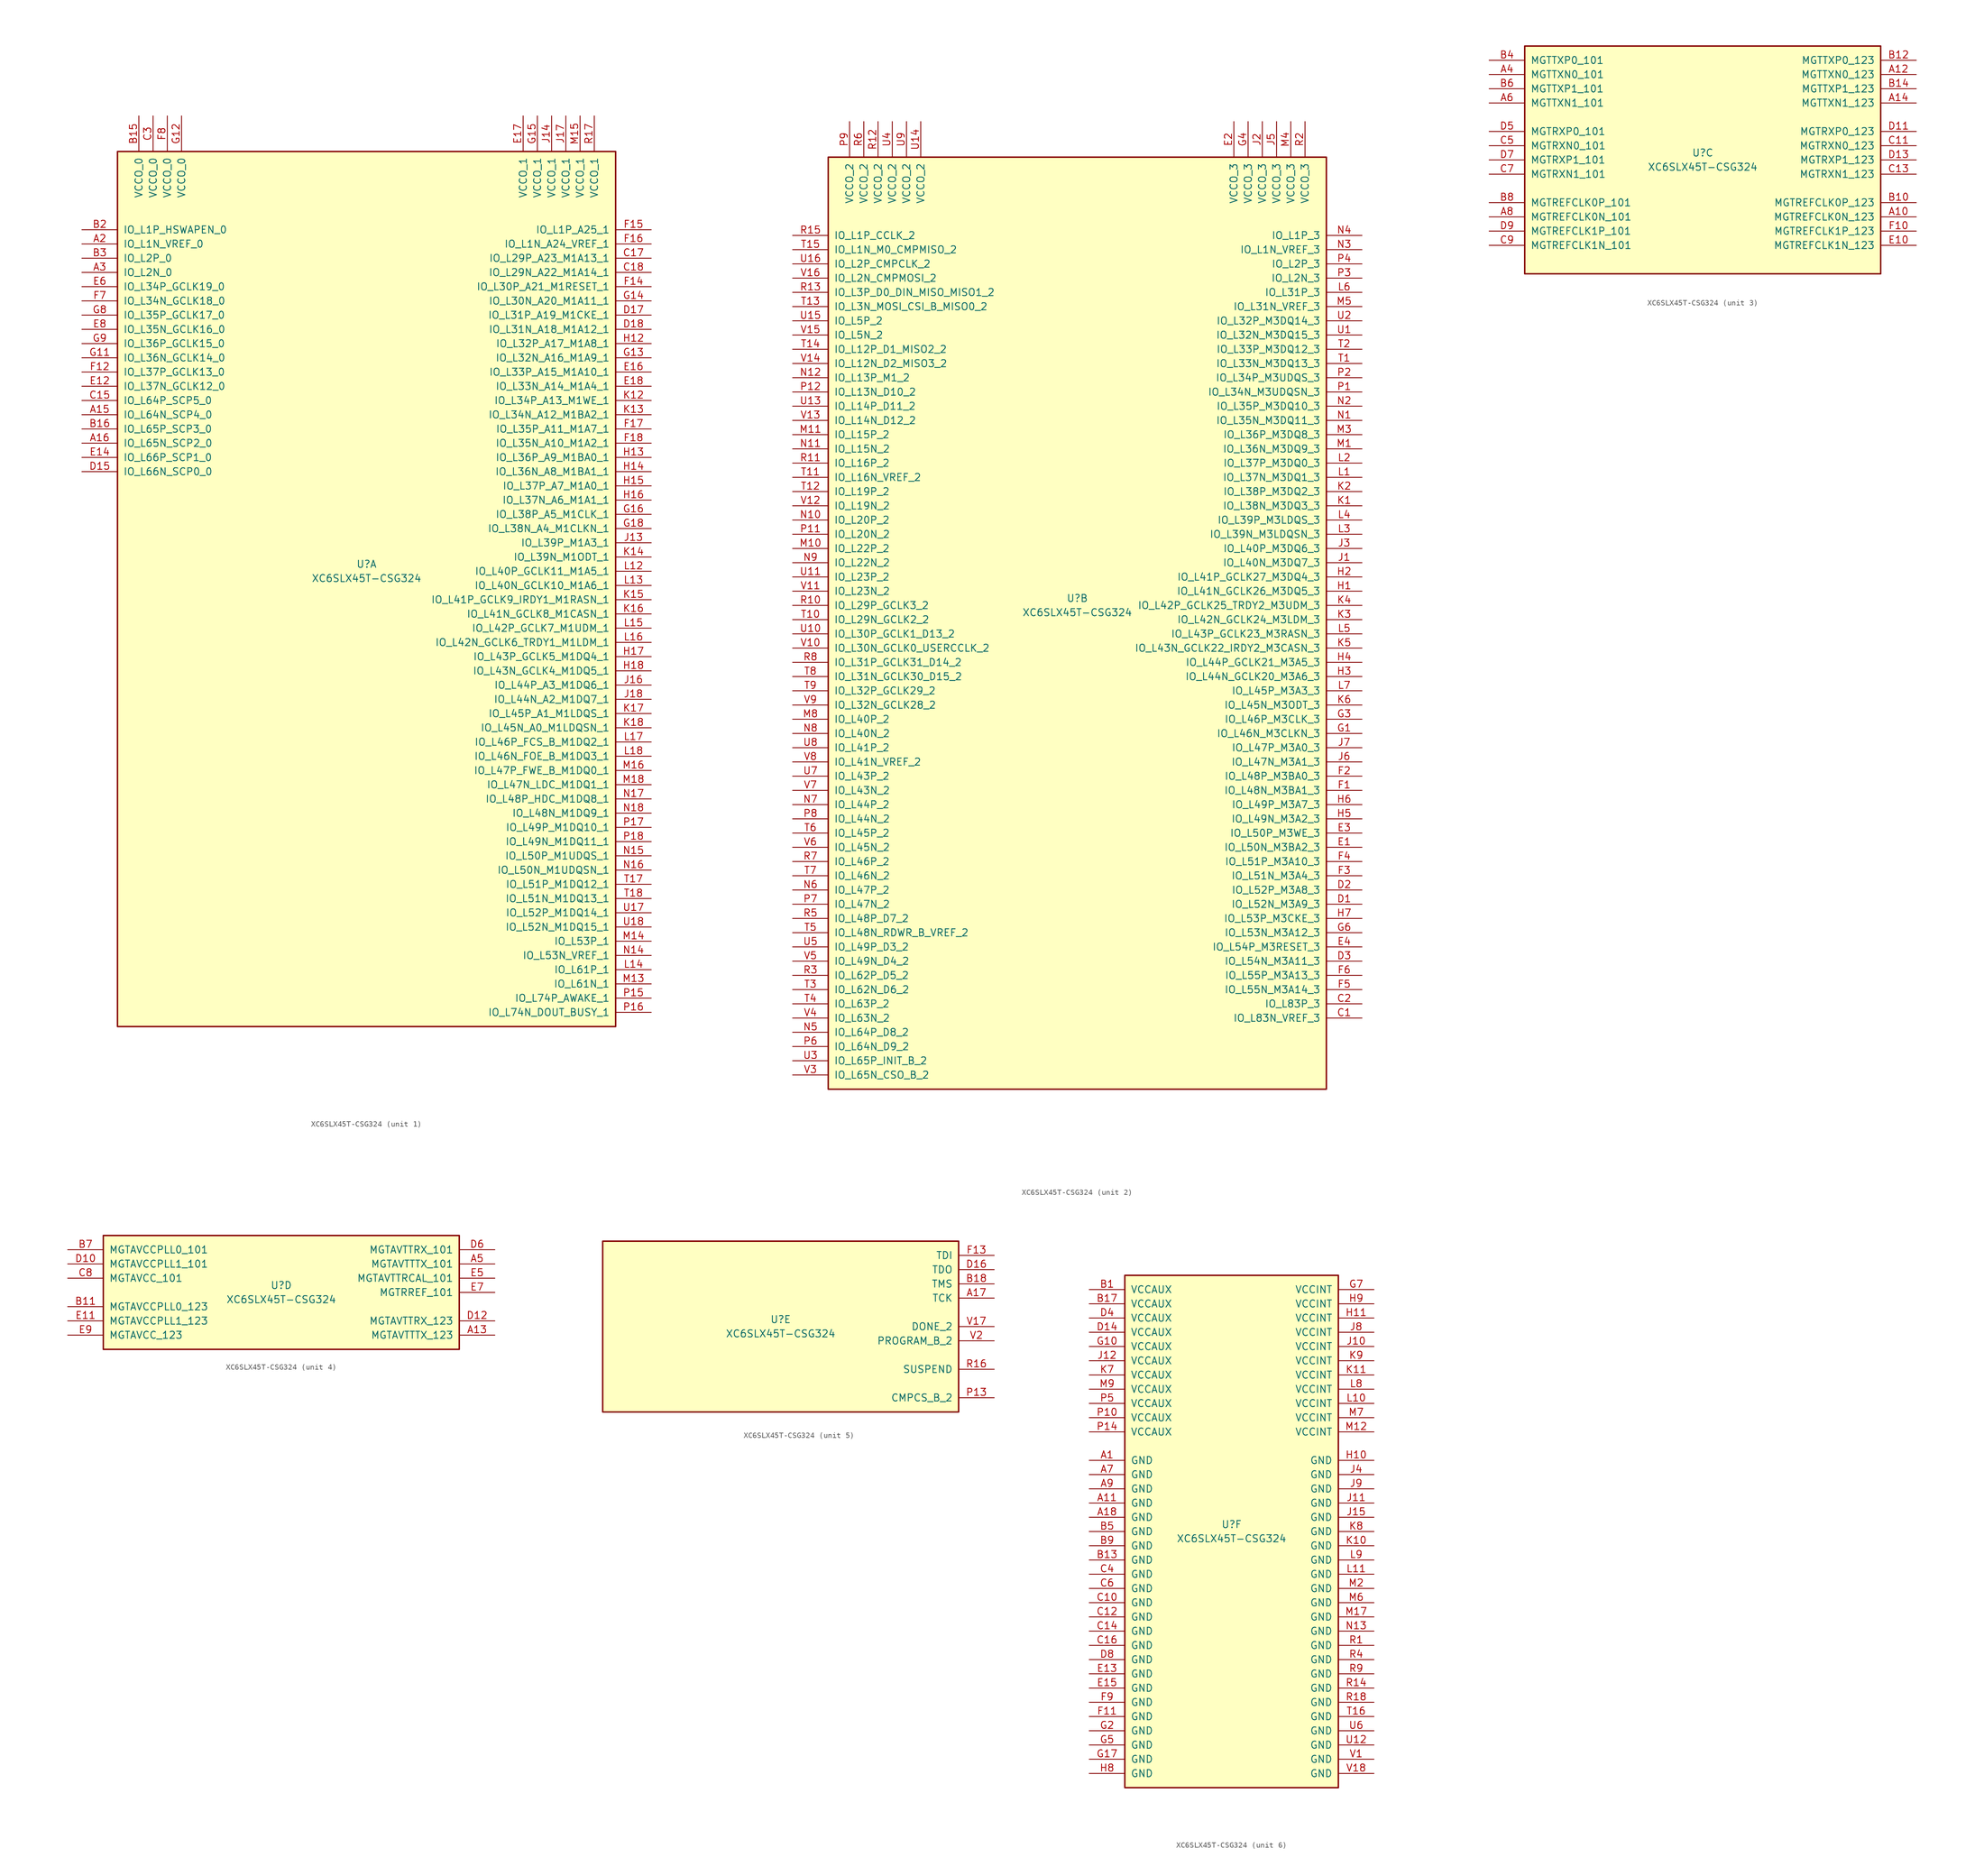
<source format=kicad_sym>
(kicad_symbol_lib
  (version 20201005)
  (generator kicad_symbol_editor)
  (symbol "FPGA_Xilinx_Spartan6:XC6SLX45T-CSG324"
    (pin_names
      (offset 1.016))
    (property "Reference" "U"
      (at 0 1.27 0)
      (effects (font (size 1.27 1.27))))
    (property "Value" "XC6SLX45T-CSG324"
      (at 0 -1.27 0)
      (effects (font (size 1.27 1.27))))
    (property "Datasheet" ""
      (at 0 0 0)
      (effects (font (size 1.27 1.27))))
    (property "ki_locked" ""
      (at 0 0 0)
      (effects (font (size 1.27 1.27))))
    (symbol "XC6SLX45T-CSG324_1_1"
      (rectangle (start -44.45 74.93) (end 44.45 -81.28) (stroke (width 0.254)) (fill (type background)))
      (pin power_in line (at -40.64 81.28 270) (length 6.35) (name "VCCO_0" (effects (font (size 1.27 1.27)))) (number "B15" (effects (font (size 1.27 1.27)))))
      (pin power_in line (at -38.1 81.28 270) (length 6.35) (name "VCCO_0" (effects (font (size 1.27 1.27)))) (number "C3" (effects (font (size 1.27 1.27)))))
      (pin power_in line (at -35.56 81.28 270) (length 6.35) (name "VCCO_0" (effects (font (size 1.27 1.27)))) (number "F8" (effects (font (size 1.27 1.27)))))
      (pin power_in line (at -33.02 81.28 270) (length 6.35) (name "VCCO_0" (effects (font (size 1.27 1.27)))) (number "G12" (effects (font (size 1.27 1.27)))))
      (pin bidirectional line (at -50.8 60.96 0) (length 6.35) (name "IO_L1P_HSWAPEN_0" (effects (font (size 1.27 1.27)))) (number "B2" (effects (font (size 1.27 1.27)))))
      (pin bidirectional line (at -50.8 58.42 0) (length 6.35) (name "IO_L1N_VREF_0" (effects (font (size 1.27 1.27)))) (number "A2" (effects (font (size 1.27 1.27)))))
      (pin bidirectional line (at -50.8 55.88 0) (length 6.35) (name "IO_L2P_0" (effects (font (size 1.27 1.27)))) (number "B3" (effects (font (size 1.27 1.27)))))
      (pin bidirectional line (at -50.8 53.34 0) (length 6.35) (name "IO_L2N_0" (effects (font (size 1.27 1.27)))) (number "A3" (effects (font (size 1.27 1.27)))))
      (pin bidirectional line (at -50.8 50.8 0) (length 6.35) (name "IO_L34P_GCLK19_0" (effects (font (size 1.27 1.27)))) (number "E6" (effects (font (size 1.27 1.27)))))
      (pin bidirectional line (at -50.8 48.26 0) (length 6.35) (name "IO_L34N_GCLK18_0" (effects (font (size 1.27 1.27)))) (number "F7" (effects (font (size 1.27 1.27)))))
      (pin bidirectional line (at -50.8 45.72 0) (length 6.35) (name "IO_L35P_GCLK17_0" (effects (font (size 1.27 1.27)))) (number "G8" (effects (font (size 1.27 1.27)))))
      (pin bidirectional line (at -50.8 43.18 0) (length 6.35) (name "IO_L35N_GCLK16_0" (effects (font (size 1.27 1.27)))) (number "E8" (effects (font (size 1.27 1.27)))))
      (pin bidirectional line (at -50.8 40.64 0) (length 6.35) (name "IO_L36P_GCLK15_0" (effects (font (size 1.27 1.27)))) (number "G9" (effects (font (size 1.27 1.27)))))
      (pin bidirectional line (at -50.8 38.1 0) (length 6.35) (name "IO_L36N_GCLK14_0" (effects (font (size 1.27 1.27)))) (number "G11" (effects (font (size 1.27 1.27)))))
      (pin bidirectional line (at -50.8 35.56 0) (length 6.35) (name "IO_L37P_GCLK13_0" (effects (font (size 1.27 1.27)))) (number "F12" (effects (font (size 1.27 1.27)))))
      (pin bidirectional line (at -50.8 33.02 0) (length 6.35) (name "IO_L37N_GCLK12_0" (effects (font (size 1.27 1.27)))) (number "E12" (effects (font (size 1.27 1.27)))))
      (pin bidirectional line (at -50.8 30.48 0) (length 6.35) (name "IO_L64P_SCP5_0" (effects (font (size 1.27 1.27)))) (number "C15" (effects (font (size 1.27 1.27)))))
      (pin bidirectional line (at -50.8 27.94 0) (length 6.35) (name "IO_L64N_SCP4_0" (effects (font (size 1.27 1.27)))) (number "A15" (effects (font (size 1.27 1.27)))))
      (pin bidirectional line (at -50.8 25.4 0) (length 6.35) (name "IO_L65P_SCP3_0" (effects (font (size 1.27 1.27)))) (number "B16" (effects (font (size 1.27 1.27)))))
      (pin bidirectional line (at -50.8 22.86 0) (length 6.35) (name "IO_L65N_SCP2_0" (effects (font (size 1.27 1.27)))) (number "A16" (effects (font (size 1.27 1.27)))))
      (pin bidirectional line (at -50.8 20.32 0) (length 6.35) (name "IO_L66P_SCP1_0" (effects (font (size 1.27 1.27)))) (number "E14" (effects (font (size 1.27 1.27)))))
      (pin bidirectional line (at -50.8 17.78 0) (length 6.35) (name "IO_L66N_SCP0_0" (effects (font (size 1.27 1.27)))) (number "D15" (effects (font (size 1.27 1.27)))))
      (pin power_in line (at 27.94 81.28 270) (length 6.35) (name "VCCO_1" (effects (font (size 1.27 1.27)))) (number "E17" (effects (font (size 1.27 1.27)))))
      (pin power_in line (at 30.48 81.28 270) (length 6.35) (name "VCCO_1" (effects (font (size 1.27 1.27)))) (number "G15" (effects (font (size 1.27 1.27)))))
      (pin power_in line (at 33.02 81.28 270) (length 6.35) (name "VCCO_1" (effects (font (size 1.27 1.27)))) (number "J14" (effects (font (size 1.27 1.27)))))
      (pin power_in line (at 35.56 81.28 270) (length 6.35) (name "VCCO_1" (effects (font (size 1.27 1.27)))) (number "J17" (effects (font (size 1.27 1.27)))))
      (pin power_in line (at 38.1 81.28 270) (length 6.35) (name "VCCO_1" (effects (font (size 1.27 1.27)))) (number "M15" (effects (font (size 1.27 1.27)))))
      (pin power_in line (at 40.64 81.28 270) (length 6.35) (name "VCCO_1" (effects (font (size 1.27 1.27)))) (number "R17" (effects (font (size 1.27 1.27)))))
      (pin bidirectional line (at 50.8 60.96 180) (length 6.35) (name "IO_L1P_A25_1" (effects (font (size 1.27 1.27)))) (number "F15" (effects (font (size 1.27 1.27)))))
      (pin bidirectional line (at 50.8 58.42 180) (length 6.35) (name "IO_L1N_A24_VREF_1" (effects (font (size 1.27 1.27)))) (number "F16" (effects (font (size 1.27 1.27)))))
      (pin bidirectional line (at 50.8 55.88 180) (length 6.35) (name "IO_L29P_A23_M1A13_1" (effects (font (size 1.27 1.27)))) (number "C17" (effects (font (size 1.27 1.27)))))
      (pin bidirectional line (at 50.8 53.34 180) (length 6.35) (name "IO_L29N_A22_M1A14_1" (effects (font (size 1.27 1.27)))) (number "C18" (effects (font (size 1.27 1.27)))))
      (pin bidirectional line (at 50.8 50.8 180) (length 6.35) (name "IO_L30P_A21_M1RESET_1" (effects (font (size 1.27 1.27)))) (number "F14" (effects (font (size 1.27 1.27)))))
      (pin bidirectional line (at 50.8 48.26 180) (length 6.35) (name "IO_L30N_A20_M1A11_1" (effects (font (size 1.27 1.27)))) (number "G14" (effects (font (size 1.27 1.27)))))
      (pin bidirectional line (at 50.8 45.72 180) (length 6.35) (name "IO_L31P_A19_M1CKE_1" (effects (font (size 1.27 1.27)))) (number "D17" (effects (font (size 1.27 1.27)))))
      (pin bidirectional line (at 50.8 43.18 180) (length 6.35) (name "IO_L31N_A18_M1A12_1" (effects (font (size 1.27 1.27)))) (number "D18" (effects (font (size 1.27 1.27)))))
      (pin bidirectional line (at 50.8 40.64 180) (length 6.35) (name "IO_L32P_A17_M1A8_1" (effects (font (size 1.27 1.27)))) (number "H12" (effects (font (size 1.27 1.27)))))
      (pin bidirectional line (at 50.8 38.1 180) (length 6.35) (name "IO_L32N_A16_M1A9_1" (effects (font (size 1.27 1.27)))) (number "G13" (effects (font (size 1.27 1.27)))))
      (pin bidirectional line (at 50.8 35.56 180) (length 6.35) (name "IO_L33P_A15_M1A10_1" (effects (font (size 1.27 1.27)))) (number "E16" (effects (font (size 1.27 1.27)))))
      (pin bidirectional line (at 50.8 33.02 180) (length 6.35) (name "IO_L33N_A14_M1A4_1" (effects (font (size 1.27 1.27)))) (number "E18" (effects (font (size 1.27 1.27)))))
      (pin bidirectional line (at 50.8 30.48 180) (length 6.35) (name "IO_L34P_A13_M1WE_1" (effects (font (size 1.27 1.27)))) (number "K12" (effects (font (size 1.27 1.27)))))
      (pin bidirectional line (at 50.8 27.94 180) (length 6.35) (name "IO_L34N_A12_M1BA2_1" (effects (font (size 1.27 1.27)))) (number "K13" (effects (font (size 1.27 1.27)))))
      (pin bidirectional line (at 50.8 25.4 180) (length 6.35) (name "IO_L35P_A11_M1A7_1" (effects (font (size 1.27 1.27)))) (number "F17" (effects (font (size 1.27 1.27)))))
      (pin bidirectional line (at 50.8 22.86 180) (length 6.35) (name "IO_L35N_A10_M1A2_1" (effects (font (size 1.27 1.27)))) (number "F18" (effects (font (size 1.27 1.27)))))
      (pin bidirectional line (at 50.8 20.32 180) (length 6.35) (name "IO_L36P_A9_M1BA0_1" (effects (font (size 1.27 1.27)))) (number "H13" (effects (font (size 1.27 1.27)))))
      (pin bidirectional line (at 50.8 17.78 180) (length 6.35) (name "IO_L36N_A8_M1BA1_1" (effects (font (size 1.27 1.27)))) (number "H14" (effects (font (size 1.27 1.27)))))
      (pin bidirectional line (at 50.8 15.24 180) (length 6.35) (name "IO_L37P_A7_M1A0_1" (effects (font (size 1.27 1.27)))) (number "H15" (effects (font (size 1.27 1.27)))))
      (pin bidirectional line (at 50.8 12.7 180) (length 6.35) (name "IO_L37N_A6_M1A1_1" (effects (font (size 1.27 1.27)))) (number "H16" (effects (font (size 1.27 1.27)))))
      (pin bidirectional line (at 50.8 10.16 180) (length 6.35) (name "IO_L38P_A5_M1CLK_1" (effects (font (size 1.27 1.27)))) (number "G16" (effects (font (size 1.27 1.27)))))
      (pin bidirectional line (at 50.8 7.62 180) (length 6.35) (name "IO_L38N_A4_M1CLKN_1" (effects (font (size 1.27 1.27)))) (number "G18" (effects (font (size 1.27 1.27)))))
      (pin bidirectional line (at 50.8 5.08 180) (length 6.35) (name "IO_L39P_M1A3_1" (effects (font (size 1.27 1.27)))) (number "J13" (effects (font (size 1.27 1.27)))))
      (pin bidirectional line (at 50.8 2.54 180) (length 6.35) (name "IO_L39N_M1ODT_1" (effects (font (size 1.27 1.27)))) (number "K14" (effects (font (size 1.27 1.27)))))
      (pin bidirectional line (at 50.8 0 180) (length 6.35) (name "IO_L40P_GCLK11_M1A5_1" (effects (font (size 1.27 1.27)))) (number "L12" (effects (font (size 1.27 1.27)))))
      (pin bidirectional line (at 50.8 -2.54 180) (length 6.35) (name "IO_L40N_GCLK10_M1A6_1" (effects (font (size 1.27 1.27)))) (number "L13" (effects (font (size 1.27 1.27)))))
      (pin bidirectional line (at 50.8 -5.08 180) (length 6.35) (name "IO_L41P_GCLK9_IRDY1_M1RASN_1" (effects (font (size 1.27 1.27)))) (number "K15" (effects (font (size 1.27 1.27)))))
      (pin bidirectional line (at 50.8 -7.62 180) (length 6.35) (name "IO_L41N_GCLK8_M1CASN_1" (effects (font (size 1.27 1.27)))) (number "K16" (effects (font (size 1.27 1.27)))))
      (pin bidirectional line (at 50.8 -10.16 180) (length 6.35) (name "IO_L42P_GCLK7_M1UDM_1" (effects (font (size 1.27 1.27)))) (number "L15" (effects (font (size 1.27 1.27)))))
      (pin bidirectional line (at 50.8 -12.7 180) (length 6.35) (name "IO_L42N_GCLK6_TRDY1_M1LDM_1" (effects (font (size 1.27 1.27)))) (number "L16" (effects (font (size 1.27 1.27)))))
      (pin bidirectional line (at 50.8 -15.24 180) (length 6.35) (name "IO_L43P_GCLK5_M1DQ4_1" (effects (font (size 1.27 1.27)))) (number "H17" (effects (font (size 1.27 1.27)))))
      (pin bidirectional line (at 50.8 -17.78 180) (length 6.35) (name "IO_L43N_GCLK4_M1DQ5_1" (effects (font (size 1.27 1.27)))) (number "H18" (effects (font (size 1.27 1.27)))))
      (pin bidirectional line (at 50.8 -20.32 180) (length 6.35) (name "IO_L44P_A3_M1DQ6_1" (effects (font (size 1.27 1.27)))) (number "J16" (effects (font (size 1.27 1.27)))))
      (pin bidirectional line (at 50.8 -22.86 180) (length 6.35) (name "IO_L44N_A2_M1DQ7_1" (effects (font (size 1.27 1.27)))) (number "J18" (effects (font (size 1.27 1.27)))))
      (pin bidirectional line (at 50.8 -25.4 180) (length 6.35) (name "IO_L45P_A1_M1LDQS_1" (effects (font (size 1.27 1.27)))) (number "K17" (effects (font (size 1.27 1.27)))))
      (pin bidirectional line (at 50.8 -27.94 180) (length 6.35) (name "IO_L45N_A0_M1LDQSN_1" (effects (font (size 1.27 1.27)))) (number "K18" (effects (font (size 1.27 1.27)))))
      (pin bidirectional line (at 50.8 -30.48 180) (length 6.35) (name "IO_L46P_FCS_B_M1DQ2_1" (effects (font (size 1.27 1.27)))) (number "L17" (effects (font (size 1.27 1.27)))))
      (pin bidirectional line (at 50.8 -33.02 180) (length 6.35) (name "IO_L46N_FOE_B_M1DQ3_1" (effects (font (size 1.27 1.27)))) (number "L18" (effects (font (size 1.27 1.27)))))
      (pin bidirectional line (at 50.8 -35.56 180) (length 6.35) (name "IO_L47P_FWE_B_M1DQ0_1" (effects (font (size 1.27 1.27)))) (number "M16" (effects (font (size 1.27 1.27)))))
      (pin bidirectional line (at 50.8 -38.1 180) (length 6.35) (name "IO_L47N_LDC_M1DQ1_1" (effects (font (size 1.27 1.27)))) (number "M18" (effects (font (size 1.27 1.27)))))
      (pin bidirectional line (at 50.8 -40.64 180) (length 6.35) (name "IO_L48P_HDC_M1DQ8_1" (effects (font (size 1.27 1.27)))) (number "N17" (effects (font (size 1.27 1.27)))))
      (pin bidirectional line (at 50.8 -43.18 180) (length 6.35) (name "IO_L48N_M1DQ9_1" (effects (font (size 1.27 1.27)))) (number "N18" (effects (font (size 1.27 1.27)))))
      (pin bidirectional line (at 50.8 -45.72 180) (length 6.35) (name "IO_L49P_M1DQ10_1" (effects (font (size 1.27 1.27)))) (number "P17" (effects (font (size 1.27 1.27)))))
      (pin bidirectional line (at 50.8 -48.26 180) (length 6.35) (name "IO_L49N_M1DQ11_1" (effects (font (size 1.27 1.27)))) (number "P18" (effects (font (size 1.27 1.27)))))
      (pin bidirectional line (at 50.8 -50.8 180) (length 6.35) (name "IO_L50P_M1UDQS_1" (effects (font (size 1.27 1.27)))) (number "N15" (effects (font (size 1.27 1.27)))))
      (pin bidirectional line (at 50.8 -53.34 180) (length 6.35) (name "IO_L50N_M1UDQSN_1" (effects (font (size 1.27 1.27)))) (number "N16" (effects (font (size 1.27 1.27)))))
      (pin bidirectional line (at 50.8 -55.88 180) (length 6.35) (name "IO_L51P_M1DQ12_1" (effects (font (size 1.27 1.27)))) (number "T17" (effects (font (size 1.27 1.27)))))
      (pin bidirectional line (at 50.8 -58.42 180) (length 6.35) (name "IO_L51N_M1DQ13_1" (effects (font (size 1.27 1.27)))) (number "T18" (effects (font (size 1.27 1.27)))))
      (pin bidirectional line (at 50.8 -60.96 180) (length 6.35) (name "IO_L52P_M1DQ14_1" (effects (font (size 1.27 1.27)))) (number "U17" (effects (font (size 1.27 1.27)))))
      (pin bidirectional line (at 50.8 -63.5 180) (length 6.35) (name "IO_L52N_M1DQ15_1" (effects (font (size 1.27 1.27)))) (number "U18" (effects (font (size 1.27 1.27)))))
      (pin bidirectional line (at 50.8 -66.04 180) (length 6.35) (name "IO_L53P_1" (effects (font (size 1.27 1.27)))) (number "M14" (effects (font (size 1.27 1.27)))))
      (pin bidirectional line (at 50.8 -68.58 180) (length 6.35) (name "IO_L53N_VREF_1" (effects (font (size 1.27 1.27)))) (number "N14" (effects (font (size 1.27 1.27)))))
      (pin bidirectional line (at 50.8 -71.12 180) (length 6.35) (name "IO_L61P_1" (effects (font (size 1.27 1.27)))) (number "L14" (effects (font (size 1.27 1.27)))))
      (pin bidirectional line (at 50.8 -73.66 180) (length 6.35) (name "IO_L61N_1" (effects (font (size 1.27 1.27)))) (number "M13" (effects (font (size 1.27 1.27)))))
      (pin bidirectional line (at 50.8 -76.2 180) (length 6.35) (name "IO_L74P_AWAKE_1" (effects (font (size 1.27 1.27)))) (number "P15" (effects (font (size 1.27 1.27)))))
      (pin bidirectional line (at 50.8 -78.74 180) (length 6.35) (name "IO_L74N_DOUT_BUSY_1" (effects (font (size 1.27 1.27)))) (number "P16" (effects (font (size 1.27 1.27))))))
    (symbol "XC6SLX45T-CSG324_2_1"
      (rectangle (start -44.45 80.01) (end 44.45 -86.36) (stroke (width 0.254)) (fill (type background)))
      (pin power_in line (at -40.64 86.36 270) (length 6.35) (name "VCCO_2" (effects (font (size 1.27 1.27)))) (number "P9" (effects (font (size 1.27 1.27)))))
      (pin power_in line (at -38.1 86.36 270) (length 6.35) (name "VCCO_2" (effects (font (size 1.27 1.27)))) (number "R6" (effects (font (size 1.27 1.27)))))
      (pin power_in line (at -35.56 86.36 270) (length 6.35) (name "VCCO_2" (effects (font (size 1.27 1.27)))) (number "R12" (effects (font (size 1.27 1.27)))))
      (pin power_in line (at -33.02 86.36 270) (length 6.35) (name "VCCO_2" (effects (font (size 1.27 1.27)))) (number "U4" (effects (font (size 1.27 1.27)))))
      (pin power_in line (at -30.48 86.36 270) (length 6.35) (name "VCCO_2" (effects (font (size 1.27 1.27)))) (number "U9" (effects (font (size 1.27 1.27)))))
      (pin power_in line (at -27.94 86.36 270) (length 6.35) (name "VCCO_2" (effects (font (size 1.27 1.27)))) (number "U14" (effects (font (size 1.27 1.27)))))
      (pin bidirectional line (at -50.8 66.04 0) (length 6.35) (name "IO_L1P_CCLK_2" (effects (font (size 1.27 1.27)))) (number "R15" (effects (font (size 1.27 1.27)))))
      (pin bidirectional line (at -50.8 63.5 0) (length 6.35) (name "IO_L1N_M0_CMPMISO_2" (effects (font (size 1.27 1.27)))) (number "T15" (effects (font (size 1.27 1.27)))))
      (pin bidirectional line (at -50.8 60.96 0) (length 6.35) (name "IO_L2P_CMPCLK_2" (effects (font (size 1.27 1.27)))) (number "U16" (effects (font (size 1.27 1.27)))))
      (pin bidirectional line (at -50.8 58.42 0) (length 6.35) (name "IO_L2N_CMPMOSI_2" (effects (font (size 1.27 1.27)))) (number "V16" (effects (font (size 1.27 1.27)))))
      (pin bidirectional line (at -50.8 55.88 0) (length 6.35) (name "IO_L3P_D0_DIN_MISO_MISO1_2" (effects (font (size 1.27 1.27)))) (number "R13" (effects (font (size 1.27 1.27)))))
      (pin bidirectional line (at -50.8 53.34 0) (length 6.35) (name "IO_L3N_MOSI_CSI_B_MISO0_2" (effects (font (size 1.27 1.27)))) (number "T13" (effects (font (size 1.27 1.27)))))
      (pin bidirectional line (at -50.8 50.8 0) (length 6.35) (name "IO_L5P_2" (effects (font (size 1.27 1.27)))) (number "U15" (effects (font (size 1.27 1.27)))))
      (pin bidirectional line (at -50.8 48.26 0) (length 6.35) (name "IO_L5N_2" (effects (font (size 1.27 1.27)))) (number "V15" (effects (font (size 1.27 1.27)))))
      (pin bidirectional line (at -50.8 45.72 0) (length 6.35) (name "IO_L12P_D1_MISO2_2" (effects (font (size 1.27 1.27)))) (number "T14" (effects (font (size 1.27 1.27)))))
      (pin bidirectional line (at -50.8 43.18 0) (length 6.35) (name "IO_L12N_D2_MISO3_2" (effects (font (size 1.27 1.27)))) (number "V14" (effects (font (size 1.27 1.27)))))
      (pin bidirectional line (at -50.8 40.64 0) (length 6.35) (name "IO_L13P_M1_2" (effects (font (size 1.27 1.27)))) (number "N12" (effects (font (size 1.27 1.27)))))
      (pin bidirectional line (at -50.8 38.1 0) (length 6.35) (name "IO_L13N_D10_2" (effects (font (size 1.27 1.27)))) (number "P12" (effects (font (size 1.27 1.27)))))
      (pin bidirectional line (at -50.8 35.56 0) (length 6.35) (name "IO_L14P_D11_2" (effects (font (size 1.27 1.27)))) (number "U13" (effects (font (size 1.27 1.27)))))
      (pin bidirectional line (at -50.8 33.02 0) (length 6.35) (name "IO_L14N_D12_2" (effects (font (size 1.27 1.27)))) (number "V13" (effects (font (size 1.27 1.27)))))
      (pin bidirectional line (at -50.8 30.48 0) (length 6.35) (name "IO_L15P_2" (effects (font (size 1.27 1.27)))) (number "M11" (effects (font (size 1.27 1.27)))))
      (pin bidirectional line (at -50.8 27.94 0) (length 6.35) (name "IO_L15N_2" (effects (font (size 1.27 1.27)))) (number "N11" (effects (font (size 1.27 1.27)))))
      (pin bidirectional line (at -50.8 25.4 0) (length 6.35) (name "IO_L16P_2" (effects (font (size 1.27 1.27)))) (number "R11" (effects (font (size 1.27 1.27)))))
      (pin bidirectional line (at -50.8 22.86 0) (length 6.35) (name "IO_L16N_VREF_2" (effects (font (size 1.27 1.27)))) (number "T11" (effects (font (size 1.27 1.27)))))
      (pin bidirectional line (at -50.8 20.32 0) (length 6.35) (name "IO_L19P_2" (effects (font (size 1.27 1.27)))) (number "T12" (effects (font (size 1.27 1.27)))))
      (pin bidirectional line (at -50.8 17.78 0) (length 6.35) (name "IO_L19N_2" (effects (font (size 1.27 1.27)))) (number "V12" (effects (font (size 1.27 1.27)))))
      (pin bidirectional line (at -50.8 15.24 0) (length 6.35) (name "IO_L20P_2" (effects (font (size 1.27 1.27)))) (number "N10" (effects (font (size 1.27 1.27)))))
      (pin bidirectional line (at -50.8 12.7 0) (length 6.35) (name "IO_L20N_2" (effects (font (size 1.27 1.27)))) (number "P11" (effects (font (size 1.27 1.27)))))
      (pin bidirectional line (at -50.8 10.16 0) (length 6.35) (name "IO_L22P_2" (effects (font (size 1.27 1.27)))) (number "M10" (effects (font (size 1.27 1.27)))))
      (pin bidirectional line (at -50.8 7.62 0) (length 6.35) (name "IO_L22N_2" (effects (font (size 1.27 1.27)))) (number "N9" (effects (font (size 1.27 1.27)))))
      (pin bidirectional line (at -50.8 5.08 0) (length 6.35) (name "IO_L23P_2" (effects (font (size 1.27 1.27)))) (number "U11" (effects (font (size 1.27 1.27)))))
      (pin bidirectional line (at -50.8 2.54 0) (length 6.35) (name "IO_L23N_2" (effects (font (size 1.27 1.27)))) (number "V11" (effects (font (size 1.27 1.27)))))
      (pin bidirectional line (at -50.8 0 0) (length 6.35) (name "IO_L29P_GCLK3_2" (effects (font (size 1.27 1.27)))) (number "R10" (effects (font (size 1.27 1.27)))))
      (pin bidirectional line (at -50.8 -2.54 0) (length 6.35) (name "IO_L29N_GCLK2_2" (effects (font (size 1.27 1.27)))) (number "T10" (effects (font (size 1.27 1.27)))))
      (pin bidirectional line (at -50.8 -5.08 0) (length 6.35) (name "IO_L30P_GCLK1_D13_2" (effects (font (size 1.27 1.27)))) (number "U10" (effects (font (size 1.27 1.27)))))
      (pin bidirectional line (at -50.8 -7.62 0) (length 6.35) (name "IO_L30N_GCLK0_USERCCLK_2" (effects (font (size 1.27 1.27)))) (number "V10" (effects (font (size 1.27 1.27)))))
      (pin bidirectional line (at -50.8 -10.16 0) (length 6.35) (name "IO_L31P_GCLK31_D14_2" (effects (font (size 1.27 1.27)))) (number "R8" (effects (font (size 1.27 1.27)))))
      (pin bidirectional line (at -50.8 -12.7 0) (length 6.35) (name "IO_L31N_GCLK30_D15_2" (effects (font (size 1.27 1.27)))) (number "T8" (effects (font (size 1.27 1.27)))))
      (pin bidirectional line (at -50.8 -15.24 0) (length 6.35) (name "IO_L32P_GCLK29_2" (effects (font (size 1.27 1.27)))) (number "T9" (effects (font (size 1.27 1.27)))))
      (pin bidirectional line (at -50.8 -17.78 0) (length 6.35) (name "IO_L32N_GCLK28_2" (effects (font (size 1.27 1.27)))) (number "V9" (effects (font (size 1.27 1.27)))))
      (pin bidirectional line (at -50.8 -20.32 0) (length 6.35) (name "IO_L40P_2" (effects (font (size 1.27 1.27)))) (number "M8" (effects (font (size 1.27 1.27)))))
      (pin bidirectional line (at -50.8 -22.86 0) (length 6.35) (name "IO_L40N_2" (effects (font (size 1.27 1.27)))) (number "N8" (effects (font (size 1.27 1.27)))))
      (pin bidirectional line (at -50.8 -25.4 0) (length 6.35) (name "IO_L41P_2" (effects (font (size 1.27 1.27)))) (number "U8" (effects (font (size 1.27 1.27)))))
      (pin bidirectional line (at -50.8 -27.94 0) (length 6.35) (name "IO_L41N_VREF_2" (effects (font (size 1.27 1.27)))) (number "V8" (effects (font (size 1.27 1.27)))))
      (pin bidirectional line (at -50.8 -30.48 0) (length 6.35) (name "IO_L43P_2" (effects (font (size 1.27 1.27)))) (number "U7" (effects (font (size 1.27 1.27)))))
      (pin bidirectional line (at -50.8 -33.02 0) (length 6.35) (name "IO_L43N_2" (effects (font (size 1.27 1.27)))) (number "V7" (effects (font (size 1.27 1.27)))))
      (pin bidirectional line (at -50.8 -35.56 0) (length 6.35) (name "IO_L44P_2" (effects (font (size 1.27 1.27)))) (number "N7" (effects (font (size 1.27 1.27)))))
      (pin bidirectional line (at -50.8 -38.1 0) (length 6.35) (name "IO_L44N_2" (effects (font (size 1.27 1.27)))) (number "P8" (effects (font (size 1.27 1.27)))))
      (pin bidirectional line (at -50.8 -40.64 0) (length 6.35) (name "IO_L45P_2" (effects (font (size 1.27 1.27)))) (number "T6" (effects (font (size 1.27 1.27)))))
      (pin bidirectional line (at -50.8 -43.18 0) (length 6.35) (name "IO_L45N_2" (effects (font (size 1.27 1.27)))) (number "V6" (effects (font (size 1.27 1.27)))))
      (pin bidirectional line (at -50.8 -45.72 0) (length 6.35) (name "IO_L46P_2" (effects (font (size 1.27 1.27)))) (number "R7" (effects (font (size 1.27 1.27)))))
      (pin bidirectional line (at -50.8 -48.26 0) (length 6.35) (name "IO_L46N_2" (effects (font (size 1.27 1.27)))) (number "T7" (effects (font (size 1.27 1.27)))))
      (pin bidirectional line (at -50.8 -50.8 0) (length 6.35) (name "IO_L47P_2" (effects (font (size 1.27 1.27)))) (number "N6" (effects (font (size 1.27 1.27)))))
      (pin bidirectional line (at -50.8 -53.34 0) (length 6.35) (name "IO_L47N_2" (effects (font (size 1.27 1.27)))) (number "P7" (effects (font (size 1.27 1.27)))))
      (pin bidirectional line (at -50.8 -55.88 0) (length 6.35) (name "IO_L48P_D7_2" (effects (font (size 1.27 1.27)))) (number "R5" (effects (font (size 1.27 1.27)))))
      (pin bidirectional line (at -50.8 -58.42 0) (length 6.35) (name "IO_L48N_RDWR_B_VREF_2" (effects (font (size 1.27 1.27)))) (number "T5" (effects (font (size 1.27 1.27)))))
      (pin bidirectional line (at -50.8 -60.96 0) (length 6.35) (name "IO_L49P_D3_2" (effects (font (size 1.27 1.27)))) (number "U5" (effects (font (size 1.27 1.27)))))
      (pin bidirectional line (at -50.8 -63.5 0) (length 6.35) (name "IO_L49N_D4_2" (effects (font (size 1.27 1.27)))) (number "V5" (effects (font (size 1.27 1.27)))))
      (pin bidirectional line (at -50.8 -66.04 0) (length 6.35) (name "IO_L62P_D5_2" (effects (font (size 1.27 1.27)))) (number "R3" (effects (font (size 1.27 1.27)))))
      (pin bidirectional line (at -50.8 -68.58 0) (length 6.35) (name "IO_L62N_D6_2" (effects (font (size 1.27 1.27)))) (number "T3" (effects (font (size 1.27 1.27)))))
      (pin bidirectional line (at -50.8 -71.12 0) (length 6.35) (name "IO_L63P_2" (effects (font (size 1.27 1.27)))) (number "T4" (effects (font (size 1.27 1.27)))))
      (pin bidirectional line (at -50.8 -73.66 0) (length 6.35) (name "IO_L63N_2" (effects (font (size 1.27 1.27)))) (number "V4" (effects (font (size 1.27 1.27)))))
      (pin bidirectional line (at -50.8 -76.2 0) (length 6.35) (name "IO_L64P_D8_2" (effects (font (size 1.27 1.27)))) (number "N5" (effects (font (size 1.27 1.27)))))
      (pin bidirectional line (at -50.8 -78.74 0) (length 6.35) (name "IO_L64N_D9_2" (effects (font (size 1.27 1.27)))) (number "P6" (effects (font (size 1.27 1.27)))))
      (pin bidirectional line (at -50.8 -81.28 0) (length 6.35) (name "IO_L65P_INIT_B_2" (effects (font (size 1.27 1.27)))) (number "U3" (effects (font (size 1.27 1.27)))))
      (pin bidirectional line (at -50.8 -83.82 0) (length 6.35) (name "IO_L65N_CSO_B_2" (effects (font (size 1.27 1.27)))) (number "V3" (effects (font (size 1.27 1.27)))))
      (pin power_in line (at 27.94 86.36 270) (length 6.35) (name "VCCO_3" (effects (font (size 1.27 1.27)))) (number "E2" (effects (font (size 1.27 1.27)))))
      (pin power_in line (at 30.48 86.36 270) (length 6.35) (name "VCCO_3" (effects (font (size 1.27 1.27)))) (number "G4" (effects (font (size 1.27 1.27)))))
      (pin power_in line (at 33.02 86.36 270) (length 6.35) (name "VCCO_3" (effects (font (size 1.27 1.27)))) (number "J2" (effects (font (size 1.27 1.27)))))
      (pin power_in line (at 35.56 86.36 270) (length 6.35) (name "VCCO_3" (effects (font (size 1.27 1.27)))) (number "J5" (effects (font (size 1.27 1.27)))))
      (pin power_in line (at 38.1 86.36 270) (length 6.35) (name "VCCO_3" (effects (font (size 1.27 1.27)))) (number "M4" (effects (font (size 1.27 1.27)))))
      (pin power_in line (at 40.64 86.36 270) (length 6.35) (name "VCCO_3" (effects (font (size 1.27 1.27)))) (number "R2" (effects (font (size 1.27 1.27)))))
      (pin bidirectional line (at 50.8 66.04 180) (length 6.35) (name "IO_L1P_3" (effects (font (size 1.27 1.27)))) (number "N4" (effects (font (size 1.27 1.27)))))
      (pin bidirectional line (at 50.8 63.5 180) (length 6.35) (name "IO_L1N_VREF_3" (effects (font (size 1.27 1.27)))) (number "N3" (effects (font (size 1.27 1.27)))))
      (pin bidirectional line (at 50.8 60.96 180) (length 6.35) (name "IO_L2P_3" (effects (font (size 1.27 1.27)))) (number "P4" (effects (font (size 1.27 1.27)))))
      (pin bidirectional line (at 50.8 58.42 180) (length 6.35) (name "IO_L2N_3" (effects (font (size 1.27 1.27)))) (number "P3" (effects (font (size 1.27 1.27)))))
      (pin bidirectional line (at 50.8 55.88 180) (length 6.35) (name "IO_L31P_3" (effects (font (size 1.27 1.27)))) (number "L6" (effects (font (size 1.27 1.27)))))
      (pin bidirectional line (at 50.8 53.34 180) (length 6.35) (name "IO_L31N_VREF_3" (effects (font (size 1.27 1.27)))) (number "M5" (effects (font (size 1.27 1.27)))))
      (pin bidirectional line (at 50.8 50.8 180) (length 6.35) (name "IO_L32P_M3DQ14_3" (effects (font (size 1.27 1.27)))) (number "U2" (effects (font (size 1.27 1.27)))))
      (pin bidirectional line (at 50.8 48.26 180) (length 6.35) (name "IO_L32N_M3DQ15_3" (effects (font (size 1.27 1.27)))) (number "U1" (effects (font (size 1.27 1.27)))))
      (pin bidirectional line (at 50.8 45.72 180) (length 6.35) (name "IO_L33P_M3DQ12_3" (effects (font (size 1.27 1.27)))) (number "T2" (effects (font (size 1.27 1.27)))))
      (pin bidirectional line (at 50.8 43.18 180) (length 6.35) (name "IO_L33N_M3DQ13_3" (effects (font (size 1.27 1.27)))) (number "T1" (effects (font (size 1.27 1.27)))))
      (pin bidirectional line (at 50.8 40.64 180) (length 6.35) (name "IO_L34P_M3UDQS_3" (effects (font (size 1.27 1.27)))) (number "P2" (effects (font (size 1.27 1.27)))))
      (pin bidirectional line (at 50.8 38.1 180) (length 6.35) (name "IO_L34N_M3UDQSN_3" (effects (font (size 1.27 1.27)))) (number "P1" (effects (font (size 1.27 1.27)))))
      (pin bidirectional line (at 50.8 35.56 180) (length 6.35) (name "IO_L35P_M3DQ10_3" (effects (font (size 1.27 1.27)))) (number "N2" (effects (font (size 1.27 1.27)))))
      (pin bidirectional line (at 50.8 33.02 180) (length 6.35) (name "IO_L35N_M3DQ11_3" (effects (font (size 1.27 1.27)))) (number "N1" (effects (font (size 1.27 1.27)))))
      (pin bidirectional line (at 50.8 30.48 180) (length 6.35) (name "IO_L36P_M3DQ8_3" (effects (font (size 1.27 1.27)))) (number "M3" (effects (font (size 1.27 1.27)))))
      (pin bidirectional line (at 50.8 27.94 180) (length 6.35) (name "IO_L36N_M3DQ9_3" (effects (font (size 1.27 1.27)))) (number "M1" (effects (font (size 1.27 1.27)))))
      (pin bidirectional line (at 50.8 25.4 180) (length 6.35) (name "IO_L37P_M3DQ0_3" (effects (font (size 1.27 1.27)))) (number "L2" (effects (font (size 1.27 1.27)))))
      (pin bidirectional line (at 50.8 22.86 180) (length 6.35) (name "IO_L37N_M3DQ1_3" (effects (font (size 1.27 1.27)))) (number "L1" (effects (font (size 1.27 1.27)))))
      (pin bidirectional line (at 50.8 20.32 180) (length 6.35) (name "IO_L38P_M3DQ2_3" (effects (font (size 1.27 1.27)))) (number "K2" (effects (font (size 1.27 1.27)))))
      (pin bidirectional line (at 50.8 17.78 180) (length 6.35) (name "IO_L38N_M3DQ3_3" (effects (font (size 1.27 1.27)))) (number "K1" (effects (font (size 1.27 1.27)))))
      (pin bidirectional line (at 50.8 15.24 180) (length 6.35) (name "IO_L39P_M3LDQS_3" (effects (font (size 1.27 1.27)))) (number "L4" (effects (font (size 1.27 1.27)))))
      (pin bidirectional line (at 50.8 12.7 180) (length 6.35) (name "IO_L39N_M3LDQSN_3" (effects (font (size 1.27 1.27)))) (number "L3" (effects (font (size 1.27 1.27)))))
      (pin bidirectional line (at 50.8 10.16 180) (length 6.35) (name "IO_L40P_M3DQ6_3" (effects (font (size 1.27 1.27)))) (number "J3" (effects (font (size 1.27 1.27)))))
      (pin bidirectional line (at 50.8 7.62 180) (length 6.35) (name "IO_L40N_M3DQ7_3" (effects (font (size 1.27 1.27)))) (number "J1" (effects (font (size 1.27 1.27)))))
      (pin bidirectional line (at 50.8 5.08 180) (length 6.35) (name "IO_L41P_GCLK27_M3DQ4_3" (effects (font (size 1.27 1.27)))) (number "H2" (effects (font (size 1.27 1.27)))))
      (pin bidirectional line (at 50.8 2.54 180) (length 6.35) (name "IO_L41N_GCLK26_M3DQ5_3" (effects (font (size 1.27 1.27)))) (number "H1" (effects (font (size 1.27 1.27)))))
      (pin bidirectional line (at 50.8 0 180) (length 6.35) (name "IO_L42P_GCLK25_TRDY2_M3UDM_3" (effects (font (size 1.27 1.27)))) (number "K4" (effects (font (size 1.27 1.27)))))
      (pin bidirectional line (at 50.8 -2.54 180) (length 6.35) (name "IO_L42N_GCLK24_M3LDM_3" (effects (font (size 1.27 1.27)))) (number "K3" (effects (font (size 1.27 1.27)))))
      (pin bidirectional line (at 50.8 -5.08 180) (length 6.35) (name "IO_L43P_GCLK23_M3RASN_3" (effects (font (size 1.27 1.27)))) (number "L5" (effects (font (size 1.27 1.27)))))
      (pin bidirectional line (at 50.8 -7.62 180) (length 6.35) (name "IO_L43N_GCLK22_IRDY2_M3CASN_3" (effects (font (size 1.27 1.27)))) (number "K5" (effects (font (size 1.27 1.27)))))
      (pin bidirectional line (at 50.8 -10.16 180) (length 6.35) (name "IO_L44P_GCLK21_M3A5_3" (effects (font (size 1.27 1.27)))) (number "H4" (effects (font (size 1.27 1.27)))))
      (pin bidirectional line (at 50.8 -12.7 180) (length 6.35) (name "IO_L44N_GCLK20_M3A6_3" (effects (font (size 1.27 1.27)))) (number "H3" (effects (font (size 1.27 1.27)))))
      (pin bidirectional line (at 50.8 -15.24 180) (length 6.35) (name "IO_L45P_M3A3_3" (effects (font (size 1.27 1.27)))) (number "L7" (effects (font (size 1.27 1.27)))))
      (pin bidirectional line (at 50.8 -17.78 180) (length 6.35) (name "IO_L45N_M3ODT_3" (effects (font (size 1.27 1.27)))) (number "K6" (effects (font (size 1.27 1.27)))))
      (pin bidirectional line (at 50.8 -20.32 180) (length 6.35) (name "IO_L46P_M3CLK_3" (effects (font (size 1.27 1.27)))) (number "G3" (effects (font (size 1.27 1.27)))))
      (pin bidirectional line (at 50.8 -22.86 180) (length 6.35) (name "IO_L46N_M3CLKN_3" (effects (font (size 1.27 1.27)))) (number "G1" (effects (font (size 1.27 1.27)))))
      (pin bidirectional line (at 50.8 -25.4 180) (length 6.35) (name "IO_L47P_M3A0_3" (effects (font (size 1.27 1.27)))) (number "J7" (effects (font (size 1.27 1.27)))))
      (pin bidirectional line (at 50.8 -27.94 180) (length 6.35) (name "IO_L47N_M3A1_3" (effects (font (size 1.27 1.27)))) (number "J6" (effects (font (size 1.27 1.27)))))
      (pin bidirectional line (at 50.8 -30.48 180) (length 6.35) (name "IO_L48P_M3BA0_3" (effects (font (size 1.27 1.27)))) (number "F2" (effects (font (size 1.27 1.27)))))
      (pin bidirectional line (at 50.8 -33.02 180) (length 6.35) (name "IO_L48N_M3BA1_3" (effects (font (size 1.27 1.27)))) (number "F1" (effects (font (size 1.27 1.27)))))
      (pin bidirectional line (at 50.8 -35.56 180) (length 6.35) (name "IO_L49P_M3A7_3" (effects (font (size 1.27 1.27)))) (number "H6" (effects (font (size 1.27 1.27)))))
      (pin bidirectional line (at 50.8 -38.1 180) (length 6.35) (name "IO_L49N_M3A2_3" (effects (font (size 1.27 1.27)))) (number "H5" (effects (font (size 1.27 1.27)))))
      (pin bidirectional line (at 50.8 -40.64 180) (length 6.35) (name "IO_L50P_M3WE_3" (effects (font (size 1.27 1.27)))) (number "E3" (effects (font (size 1.27 1.27)))))
      (pin bidirectional line (at 50.8 -43.18 180) (length 6.35) (name "IO_L50N_M3BA2_3" (effects (font (size 1.27 1.27)))) (number "E1" (effects (font (size 1.27 1.27)))))
      (pin bidirectional line (at 50.8 -45.72 180) (length 6.35) (name "IO_L51P_M3A10_3" (effects (font (size 1.27 1.27)))) (number "F4" (effects (font (size 1.27 1.27)))))
      (pin bidirectional line (at 50.8 -48.26 180) (length 6.35) (name "IO_L51N_M3A4_3" (effects (font (size 1.27 1.27)))) (number "F3" (effects (font (size 1.27 1.27)))))
      (pin bidirectional line (at 50.8 -50.8 180) (length 6.35) (name "IO_L52P_M3A8_3" (effects (font (size 1.27 1.27)))) (number "D2" (effects (font (size 1.27 1.27)))))
      (pin bidirectional line (at 50.8 -53.34 180) (length 6.35) (name "IO_L52N_M3A9_3" (effects (font (size 1.27 1.27)))) (number "D1" (effects (font (size 1.27 1.27)))))
      (pin bidirectional line (at 50.8 -55.88 180) (length 6.35) (name "IO_L53P_M3CKE_3" (effects (font (size 1.27 1.27)))) (number "H7" (effects (font (size 1.27 1.27)))))
      (pin bidirectional line (at 50.8 -58.42 180) (length 6.35) (name "IO_L53N_M3A12_3" (effects (font (size 1.27 1.27)))) (number "G6" (effects (font (size 1.27 1.27)))))
      (pin bidirectional line (at 50.8 -60.96 180) (length 6.35) (name "IO_L54P_M3RESET_3" (effects (font (size 1.27 1.27)))) (number "E4" (effects (font (size 1.27 1.27)))))
      (pin bidirectional line (at 50.8 -63.5 180) (length 6.35) (name "IO_L54N_M3A11_3" (effects (font (size 1.27 1.27)))) (number "D3" (effects (font (size 1.27 1.27)))))
      (pin bidirectional line (at 50.8 -66.04 180) (length 6.35) (name "IO_L55P_M3A13_3" (effects (font (size 1.27 1.27)))) (number "F6" (effects (font (size 1.27 1.27)))))
      (pin bidirectional line (at 50.8 -68.58 180) (length 6.35) (name "IO_L55N_M3A14_3" (effects (font (size 1.27 1.27)))) (number "F5" (effects (font (size 1.27 1.27)))))
      (pin bidirectional line (at 50.8 -71.12 180) (length 6.35) (name "IO_L83P_3" (effects (font (size 1.27 1.27)))) (number "C2" (effects (font (size 1.27 1.27)))))
      (pin bidirectional line (at 50.8 -73.66 180) (length 6.35) (name "IO_L83N_VREF_3" (effects (font (size 1.27 1.27)))) (number "C1" (effects (font (size 1.27 1.27))))))
    (symbol "XC6SLX45T-CSG324_3_1"
      (rectangle (start -31.75 20.32) (end 31.75 -20.32) (stroke (width 0.254)) (fill (type background)))
      (pin bidirectional line (at -38.1 17.78 0) (length 6.35) (name "MGTTXP0_101" (effects (font (size 1.27 1.27)))) (number "B4" (effects (font (size 1.27 1.27)))))
      (pin bidirectional line (at -38.1 15.24 0) (length 6.35) (name "MGTTXN0_101" (effects (font (size 1.27 1.27)))) (number "A4" (effects (font (size 1.27 1.27)))))
      (pin bidirectional line (at -38.1 12.7 0) (length 6.35) (name "MGTTXP1_101" (effects (font (size 1.27 1.27)))) (number "B6" (effects (font (size 1.27 1.27)))))
      (pin bidirectional line (at -38.1 10.16 0) (length 6.35) (name "MGTTXN1_101" (effects (font (size 1.27 1.27)))) (number "A6" (effects (font (size 1.27 1.27)))))
      (pin bidirectional line (at -38.1 5.08 0) (length 6.35) (name "MGTRXP0_101" (effects (font (size 1.27 1.27)))) (number "D5" (effects (font (size 1.27 1.27)))))
      (pin bidirectional line (at -38.1 2.54 0) (length 6.35) (name "MGTRXN0_101" (effects (font (size 1.27 1.27)))) (number "C5" (effects (font (size 1.27 1.27)))))
      (pin bidirectional line (at -38.1 0 0) (length 6.35) (name "MGTRXP1_101" (effects (font (size 1.27 1.27)))) (number "D7" (effects (font (size 1.27 1.27)))))
      (pin bidirectional line (at -38.1 -2.54 0) (length 6.35) (name "MGTRXN1_101" (effects (font (size 1.27 1.27)))) (number "C7" (effects (font (size 1.27 1.27)))))
      (pin bidirectional line (at -38.1 -7.62 0) (length 6.35) (name "MGTREFCLK0P_101" (effects (font (size 1.27 1.27)))) (number "B8" (effects (font (size 1.27 1.27)))))
      (pin bidirectional line (at -38.1 -10.16 0) (length 6.35) (name "MGTREFCLK0N_101" (effects (font (size 1.27 1.27)))) (number "A8" (effects (font (size 1.27 1.27)))))
      (pin bidirectional line (at -38.1 -12.7 0) (length 6.35) (name "MGTREFCLK1P_101" (effects (font (size 1.27 1.27)))) (number "D9" (effects (font (size 1.27 1.27)))))
      (pin bidirectional line (at -38.1 -15.24 0) (length 6.35) (name "MGTREFCLK1N_101" (effects (font (size 1.27 1.27)))) (number "C9" (effects (font (size 1.27 1.27)))))
      (pin bidirectional line (at 38.1 17.78 180) (length 6.35) (name "MGTTXP0_123" (effects (font (size 1.27 1.27)))) (number "B12" (effects (font (size 1.27 1.27)))))
      (pin bidirectional line (at 38.1 15.24 180) (length 6.35) (name "MGTTXN0_123" (effects (font (size 1.27 1.27)))) (number "A12" (effects (font (size 1.27 1.27)))))
      (pin bidirectional line (at 38.1 12.7 180) (length 6.35) (name "MGTTXP1_123" (effects (font (size 1.27 1.27)))) (number "B14" (effects (font (size 1.27 1.27)))))
      (pin bidirectional line (at 38.1 10.16 180) (length 6.35) (name "MGTTXN1_123" (effects (font (size 1.27 1.27)))) (number "A14" (effects (font (size 1.27 1.27)))))
      (pin bidirectional line (at 38.1 5.08 180) (length 6.35) (name "MGTRXP0_123" (effects (font (size 1.27 1.27)))) (number "D11" (effects (font (size 1.27 1.27)))))
      (pin bidirectional line (at 38.1 2.54 180) (length 6.35) (name "MGTRXN0_123" (effects (font (size 1.27 1.27)))) (number "C11" (effects (font (size 1.27 1.27)))))
      (pin bidirectional line (at 38.1 0 180) (length 6.35) (name "MGTRXP1_123" (effects (font (size 1.27 1.27)))) (number "D13" (effects (font (size 1.27 1.27)))))
      (pin bidirectional line (at 38.1 -2.54 180) (length 6.35) (name "MGTRXN1_123" (effects (font (size 1.27 1.27)))) (number "C13" (effects (font (size 1.27 1.27)))))
      (pin bidirectional line (at 38.1 -7.62 180) (length 6.35) (name "MGTREFCLK0P_123" (effects (font (size 1.27 1.27)))) (number "B10" (effects (font (size 1.27 1.27)))))
      (pin bidirectional line (at 38.1 -10.16 180) (length 6.35) (name "MGTREFCLK0N_123" (effects (font (size 1.27 1.27)))) (number "A10" (effects (font (size 1.27 1.27)))))
      (pin bidirectional line (at 38.1 -12.7 180) (length 6.35) (name "MGTREFCLK1P_123" (effects (font (size 1.27 1.27)))) (number "F10" (effects (font (size 1.27 1.27)))))
      (pin bidirectional line (at 38.1 -15.24 180) (length 6.35) (name "MGTREFCLK1N_123" (effects (font (size 1.27 1.27)))) (number "E10" (effects (font (size 1.27 1.27))))))
    (symbol "XC6SLX45T-CSG324_4_1"
      (rectangle (start -31.75 10.16) (end 31.75 -10.16) (stroke (width 0.254)) (fill (type background)))
      (pin power_in line (at -38.1 7.62 0) (length 6.35) (name "MGTAVCCPLL0_101" (effects (font (size 1.27 1.27)))) (number "B7" (effects (font (size 1.27 1.27)))))
      (pin power_in line (at -38.1 5.08 0) (length 6.35) (name "MGTAVCCPLL1_101" (effects (font (size 1.27 1.27)))) (number "D10" (effects (font (size 1.27 1.27)))))
      (pin power_in line (at -38.1 2.54 0) (length 6.35) (name "MGTAVCC_101" (effects (font (size 1.27 1.27)))) (number "C8" (effects (font (size 1.27 1.27)))))
      (pin power_in line (at -38.1 -2.54 0) (length 6.35) (name "MGTAVCCPLL0_123" (effects (font (size 1.27 1.27)))) (number "B11" (effects (font (size 1.27 1.27)))))
      (pin power_in line (at -38.1 -5.08 0) (length 6.35) (name "MGTAVCCPLL1_123" (effects (font (size 1.27 1.27)))) (number "E11" (effects (font (size 1.27 1.27)))))
      (pin power_in line (at -38.1 -7.62 0) (length 6.35) (name "MGTAVCC_123" (effects (font (size 1.27 1.27)))) (number "E9" (effects (font (size 1.27 1.27)))))
      (pin power_in line (at 38.1 7.62 180) (length 6.35) (name "MGTAVTTRX_101" (effects (font (size 1.27 1.27)))) (number "D6" (effects (font (size 1.27 1.27)))))
      (pin power_in line (at 38.1 5.08 180) (length 6.35) (name "MGTAVTTTX_101" (effects (font (size 1.27 1.27)))) (number "A5" (effects (font (size 1.27 1.27)))))
      (pin power_in line (at 38.1 2.54 180) (length 6.35) (name "MGTAVTTRCAL_101" (effects (font (size 1.27 1.27)))) (number "E5" (effects (font (size 1.27 1.27)))))
      (pin power_in line (at 38.1 0 180) (length 6.35) (name "MGTRREF_101" (effects (font (size 1.27 1.27)))) (number "E7" (effects (font (size 1.27 1.27)))))
      (pin power_in line (at 38.1 -5.08 180) (length 6.35) (name "MGTAVTTRX_123" (effects (font (size 1.27 1.27)))) (number "D12" (effects (font (size 1.27 1.27)))))
      (pin power_in line (at 38.1 -7.62 180) (length 6.35) (name "MGTAVTTTX_123" (effects (font (size 1.27 1.27)))) (number "A13" (effects (font (size 1.27 1.27))))))
    (symbol "XC6SLX45T-CSG324_5_1"
      (rectangle (start -31.75 15.24) (end 31.75 -15.24) (stroke (width 0.254)) (fill (type background)))
      (pin bidirectional line (at 38.1 12.7 180) (length 6.35) (name "TDI" (effects (font (size 1.27 1.27)))) (number "F13" (effects (font (size 1.27 1.27)))))
      (pin bidirectional line (at 38.1 10.16 180) (length 6.35) (name "TDO" (effects (font (size 1.27 1.27)))) (number "D16" (effects (font (size 1.27 1.27)))))
      (pin bidirectional line (at 38.1 7.62 180) (length 6.35) (name "TMS" (effects (font (size 1.27 1.27)))) (number "B18" (effects (font (size 1.27 1.27)))))
      (pin bidirectional line (at 38.1 5.08 180) (length 6.35) (name "TCK" (effects (font (size 1.27 1.27)))) (number "A17" (effects (font (size 1.27 1.27)))))
      (pin bidirectional line (at 38.1 0 180) (length 6.35) (name "DONE_2" (effects (font (size 1.27 1.27)))) (number "V17" (effects (font (size 1.27 1.27)))))
      (pin bidirectional line (at 38.1 -2.54 180) (length 6.35) (name "PROGRAM_B_2" (effects (font (size 1.27 1.27)))) (number "V2" (effects (font (size 1.27 1.27)))))
      (pin bidirectional line (at 38.1 -7.62 180) (length 6.35) (name "SUSPEND" (effects (font (size 1.27 1.27)))) (number "R16" (effects (font (size 1.27 1.27)))))
      (pin bidirectional line (at 38.1 -12.7 180) (length 6.35) (name "CMPCS_B_2" (effects (font (size 1.27 1.27)))) (number "P13" (effects (font (size 1.27 1.27))))))
    (symbol "XC6SLX45T-CSG324_6_1"
      (rectangle (start -19.05 45.72) (end 19.05 -45.72) (stroke (width 0.254)) (fill (type background)))
      (pin power_in line (at -25.4 43.18 0) (length 6.35) (name "VCCAUX" (effects (font (size 1.27 1.27)))) (number "B1" (effects (font (size 1.27 1.27)))))
      (pin power_in line (at -25.4 40.64 0) (length 6.35) (name "VCCAUX" (effects (font (size 1.27 1.27)))) (number "B17" (effects (font (size 1.27 1.27)))))
      (pin power_in line (at -25.4 38.1 0) (length 6.35) (name "VCCAUX" (effects (font (size 1.27 1.27)))) (number "D4" (effects (font (size 1.27 1.27)))))
      (pin power_in line (at -25.4 35.56 0) (length 6.35) (name "VCCAUX" (effects (font (size 1.27 1.27)))) (number "D14" (effects (font (size 1.27 1.27)))))
      (pin power_in line (at -25.4 33.02 0) (length 6.35) (name "VCCAUX" (effects (font (size 1.27 1.27)))) (number "G10" (effects (font (size 1.27 1.27)))))
      (pin power_in line (at -25.4 30.48 0) (length 6.35) (name "VCCAUX" (effects (font (size 1.27 1.27)))) (number "J12" (effects (font (size 1.27 1.27)))))
      (pin power_in line (at -25.4 27.94 0) (length 6.35) (name "VCCAUX" (effects (font (size 1.27 1.27)))) (number "K7" (effects (font (size 1.27 1.27)))))
      (pin power_in line (at -25.4 25.4 0) (length 6.35) (name "VCCAUX" (effects (font (size 1.27 1.27)))) (number "M9" (effects (font (size 1.27 1.27)))))
      (pin power_in line (at -25.4 22.86 0) (length 6.35) (name "VCCAUX" (effects (font (size 1.27 1.27)))) (number "P5" (effects (font (size 1.27 1.27)))))
      (pin power_in line (at -25.4 20.32 0) (length 6.35) (name "VCCAUX" (effects (font (size 1.27 1.27)))) (number "P10" (effects (font (size 1.27 1.27)))))
      (pin power_in line (at -25.4 17.78 0) (length 6.35) (name "VCCAUX" (effects (font (size 1.27 1.27)))) (number "P14" (effects (font (size 1.27 1.27)))))
      (pin power_in line (at -25.4 12.7 0) (length 6.35) (name "GND" (effects (font (size 1.27 1.27)))) (number "A1" (effects (font (size 1.27 1.27)))))
      (pin power_in line (at -25.4 10.16 0) (length 6.35) (name "GND" (effects (font (size 1.27 1.27)))) (number "A7" (effects (font (size 1.27 1.27)))))
      (pin power_in line (at -25.4 7.62 0) (length 6.35) (name "GND" (effects (font (size 1.27 1.27)))) (number "A9" (effects (font (size 1.27 1.27)))))
      (pin power_in line (at -25.4 5.08 0) (length 6.35) (name "GND" (effects (font (size 1.27 1.27)))) (number "A11" (effects (font (size 1.27 1.27)))))
      (pin power_in line (at -25.4 2.54 0) (length 6.35) (name "GND" (effects (font (size 1.27 1.27)))) (number "A18" (effects (font (size 1.27 1.27)))))
      (pin power_in line (at -25.4 0 0) (length 6.35) (name "GND" (effects (font (size 1.27 1.27)))) (number "B5" (effects (font (size 1.27 1.27)))))
      (pin power_in line (at -25.4 -2.54 0) (length 6.35) (name "GND" (effects (font (size 1.27 1.27)))) (number "B9" (effects (font (size 1.27 1.27)))))
      (pin power_in line (at -25.4 -5.08 0) (length 6.35) (name "GND" (effects (font (size 1.27 1.27)))) (number "B13" (effects (font (size 1.27 1.27)))))
      (pin power_in line (at -25.4 -7.62 0) (length 6.35) (name "GND" (effects (font (size 1.27 1.27)))) (number "C4" (effects (font (size 1.27 1.27)))))
      (pin power_in line (at -25.4 -10.16 0) (length 6.35) (name "GND" (effects (font (size 1.27 1.27)))) (number "C6" (effects (font (size 1.27 1.27)))))
      (pin power_in line (at -25.4 -12.7 0) (length 6.35) (name "GND" (effects (font (size 1.27 1.27)))) (number "C10" (effects (font (size 1.27 1.27)))))
      (pin power_in line (at -25.4 -15.24 0) (length 6.35) (name "GND" (effects (font (size 1.27 1.27)))) (number "C12" (effects (font (size 1.27 1.27)))))
      (pin power_in line (at -25.4 -17.78 0) (length 6.35) (name "GND" (effects (font (size 1.27 1.27)))) (number "C14" (effects (font (size 1.27 1.27)))))
      (pin power_in line (at -25.4 -20.32 0) (length 6.35) (name "GND" (effects (font (size 1.27 1.27)))) (number "C16" (effects (font (size 1.27 1.27)))))
      (pin power_in line (at -25.4 -22.86 0) (length 6.35) (name "GND" (effects (font (size 1.27 1.27)))) (number "D8" (effects (font (size 1.27 1.27)))))
      (pin power_in line (at -25.4 -25.4 0) (length 6.35) (name "GND" (effects (font (size 1.27 1.27)))) (number "E13" (effects (font (size 1.27 1.27)))))
      (pin power_in line (at -25.4 -27.94 0) (length 6.35) (name "GND" (effects (font (size 1.27 1.27)))) (number "E15" (effects (font (size 1.27 1.27)))))
      (pin power_in line (at -25.4 -30.48 0) (length 6.35) (name "GND" (effects (font (size 1.27 1.27)))) (number "F9" (effects (font (size 1.27 1.27)))))
      (pin power_in line (at -25.4 -33.02 0) (length 6.35) (name "GND" (effects (font (size 1.27 1.27)))) (number "F11" (effects (font (size 1.27 1.27)))))
      (pin power_in line (at -25.4 -35.56 0) (length 6.35) (name "GND" (effects (font (size 1.27 1.27)))) (number "G2" (effects (font (size 1.27 1.27)))))
      (pin power_in line (at -25.4 -38.1 0) (length 6.35) (name "GND" (effects (font (size 1.27 1.27)))) (number "G5" (effects (font (size 1.27 1.27)))))
      (pin power_in line (at -25.4 -40.64 0) (length 6.35) (name "GND" (effects (font (size 1.27 1.27)))) (number "G17" (effects (font (size 1.27 1.27)))))
      (pin power_in line (at -25.4 -43.18 0) (length 6.35) (name "GND" (effects (font (size 1.27 1.27)))) (number "H8" (effects (font (size 1.27 1.27)))))
      (pin power_in line (at 25.4 43.18 180) (length 6.35) (name "VCCINT" (effects (font (size 1.27 1.27)))) (number "G7" (effects (font (size 1.27 1.27)))))
      (pin power_in line (at 25.4 40.64 180) (length 6.35) (name "VCCINT" (effects (font (size 1.27 1.27)))) (number "H9" (effects (font (size 1.27 1.27)))))
      (pin power_in line (at 25.4 38.1 180) (length 6.35) (name "VCCINT" (effects (font (size 1.27 1.27)))) (number "H11" (effects (font (size 1.27 1.27)))))
      (pin power_in line (at 25.4 35.56 180) (length 6.35) (name "VCCINT" (effects (font (size 1.27 1.27)))) (number "J8" (effects (font (size 1.27 1.27)))))
      (pin power_in line (at 25.4 33.02 180) (length 6.35) (name "VCCINT" (effects (font (size 1.27 1.27)))) (number "J10" (effects (font (size 1.27 1.27)))))
      (pin power_in line (at 25.4 30.48 180) (length 6.35) (name "VCCINT" (effects (font (size 1.27 1.27)))) (number "K9" (effects (font (size 1.27 1.27)))))
      (pin power_in line (at 25.4 27.94 180) (length 6.35) (name "VCCINT" (effects (font (size 1.27 1.27)))) (number "K11" (effects (font (size 1.27 1.27)))))
      (pin power_in line (at 25.4 25.4 180) (length 6.35) (name "VCCINT" (effects (font (size 1.27 1.27)))) (number "L8" (effects (font (size 1.27 1.27)))))
      (pin power_in line (at 25.4 22.86 180) (length 6.35) (name "VCCINT" (effects (font (size 1.27 1.27)))) (number "L10" (effects (font (size 1.27 1.27)))))
      (pin power_in line (at 25.4 20.32 180) (length 6.35) (name "VCCINT" (effects (font (size 1.27 1.27)))) (number "M7" (effects (font (size 1.27 1.27)))))
      (pin power_in line (at 25.4 17.78 180) (length 6.35) (name "VCCINT" (effects (font (size 1.27 1.27)))) (number "M12" (effects (font (size 1.27 1.27)))))
      (pin power_in line (at 25.4 12.7 180) (length 6.35) (name "GND" (effects (font (size 1.27 1.27)))) (number "H10" (effects (font (size 1.27 1.27)))))
      (pin power_in line (at 25.4 10.16 180) (length 6.35) (name "GND" (effects (font (size 1.27 1.27)))) (number "J4" (effects (font (size 1.27 1.27)))))
      (pin power_in line (at 25.4 7.62 180) (length 6.35) (name "GND" (effects (font (size 1.27 1.27)))) (number "J9" (effects (font (size 1.27 1.27)))))
      (pin power_in line (at 25.4 5.08 180) (length 6.35) (name "GND" (effects (font (size 1.27 1.27)))) (number "J11" (effects (font (size 1.27 1.27)))))
      (pin power_in line (at 25.4 2.54 180) (length 6.35) (name "GND" (effects (font (size 1.27 1.27)))) (number "J15" (effects (font (size 1.27 1.27)))))
      (pin power_in line (at 25.4 0 180) (length 6.35) (name "GND" (effects (font (size 1.27 1.27)))) (number "K8" (effects (font (size 1.27 1.27)))))
      (pin power_in line (at 25.4 -2.54 180) (length 6.35) (name "GND" (effects (font (size 1.27 1.27)))) (number "K10" (effects (font (size 1.27 1.27)))))
      (pin power_in line (at 25.4 -5.08 180) (length 6.35) (name "GND" (effects (font (size 1.27 1.27)))) (number "L9" (effects (font (size 1.27 1.27)))))
      (pin power_in line (at 25.4 -7.62 180) (length 6.35) (name "GND" (effects (font (size 1.27 1.27)))) (number "L11" (effects (font (size 1.27 1.27)))))
      (pin power_in line (at 25.4 -10.16 180) (length 6.35) (name "GND" (effects (font (size 1.27 1.27)))) (number "M2" (effects (font (size 1.27 1.27)))))
      (pin power_in line (at 25.4 -12.7 180) (length 6.35) (name "GND" (effects (font (size 1.27 1.27)))) (number "M6" (effects (font (size 1.27 1.27)))))
      (pin power_in line (at 25.4 -15.24 180) (length 6.35) (name "GND" (effects (font (size 1.27 1.27)))) (number "M17" (effects (font (size 1.27 1.27)))))
      (pin power_in line (at 25.4 -17.78 180) (length 6.35) (name "GND" (effects (font (size 1.27 1.27)))) (number "N13" (effects (font (size 1.27 1.27)))))
      (pin power_in line (at 25.4 -20.32 180) (length 6.35) (name "GND" (effects (font (size 1.27 1.27)))) (number "R1" (effects (font (size 1.27 1.27)))))
      (pin power_in line (at 25.4 -22.86 180) (length 6.35) (name "GND" (effects (font (size 1.27 1.27)))) (number "R4" (effects (font (size 1.27 1.27)))))
      (pin power_in line (at 25.4 -25.4 180) (length 6.35) (name "GND" (effects (font (size 1.27 1.27)))) (number "R9" (effects (font (size 1.27 1.27)))))
      (pin power_in line (at 25.4 -27.94 180) (length 6.35) (name "GND" (effects (font (size 1.27 1.27)))) (number "R14" (effects (font (size 1.27 1.27)))))
      (pin power_in line (at 25.4 -30.48 180) (length 6.35) (name "GND" (effects (font (size 1.27 1.27)))) (number "R18" (effects (font (size 1.27 1.27)))))
      (pin power_in line (at 25.4 -33.02 180) (length 6.35) (name "GND" (effects (font (size 1.27 1.27)))) (number "T16" (effects (font (size 1.27 1.27)))))
      (pin power_in line (at 25.4 -35.56 180) (length 6.35) (name "GND" (effects (font (size 1.27 1.27)))) (number "U6" (effects (font (size 1.27 1.27)))))
      (pin power_in line (at 25.4 -38.1 180) (length 6.35) (name "GND" (effects (font (size 1.27 1.27)))) (number "U12" (effects (font (size 1.27 1.27)))))
      (pin power_in line (at 25.4 -40.64 180) (length 6.35) (name "GND" (effects (font (size 1.27 1.27)))) (number "V1" (effects (font (size 1.27 1.27)))))
      (pin power_in line (at 25.4 -43.18 180) (length 6.35) (name "GND" (effects (font (size 1.27 1.27)))) (number "V18" (effects (font (size 1.27 1.27))))))))
</source>
